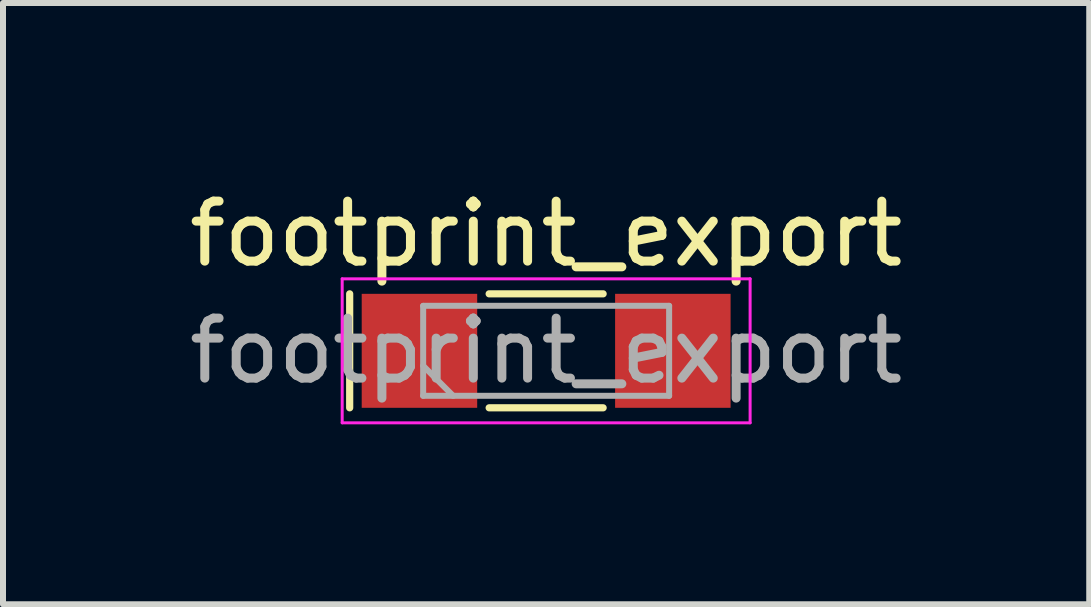
<source format=kicad_pcb>
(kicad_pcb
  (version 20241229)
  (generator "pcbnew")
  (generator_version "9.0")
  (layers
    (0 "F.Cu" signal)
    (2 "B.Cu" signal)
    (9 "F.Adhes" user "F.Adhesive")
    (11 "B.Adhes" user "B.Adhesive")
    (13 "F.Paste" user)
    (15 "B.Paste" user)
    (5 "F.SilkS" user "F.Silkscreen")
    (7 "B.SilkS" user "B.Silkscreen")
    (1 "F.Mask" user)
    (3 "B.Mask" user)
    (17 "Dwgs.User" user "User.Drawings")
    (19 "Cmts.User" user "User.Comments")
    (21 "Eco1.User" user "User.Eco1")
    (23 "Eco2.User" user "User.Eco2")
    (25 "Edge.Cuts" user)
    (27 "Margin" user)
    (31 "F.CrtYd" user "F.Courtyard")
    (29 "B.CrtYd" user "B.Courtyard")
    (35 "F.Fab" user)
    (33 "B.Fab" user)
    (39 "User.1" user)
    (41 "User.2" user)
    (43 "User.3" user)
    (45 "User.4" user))
  (footprint "footprint_export"
    (layer "F.Cu")
    (at 6.054 2.798)
    (property "Reference" "footprint_export" (at 0 -1.95 0) (layer "F.SilkS") (effects (font (size 1 1) (thickness 0.15))))
    (attr smd)
    (fp_line (start -3.275 -0.95) (end -3.275 0.95) (stroke (width 0.12) (type solid)) (layer "F.SilkS"))
    (fp_line (start -0.95 -0.95) (end 0.95 -0.95) (stroke (width 0.12) (type solid)) (layer "F.SilkS"))
    (fp_line (start -0.95 0.95) (end 0.95 0.95) (stroke (width 0.12) (type solid)) (layer "F.SilkS"))
    (fp_line (start -3.4 -1.2) (end -3.4 1.2) (stroke (width 0.05) (type solid)) (layer "F.CrtYd"))
    (fp_line (start -3.4 1.2) (end 3.4 1.2) (stroke (width 0.05) (type solid)) (layer "F.CrtYd"))
    (fp_line (start 3.4 -1.2) (end -3.4 -1.2) (stroke (width 0.05) (type solid)) (layer "F.CrtYd"))
    (fp_line (start 3.4 1.2) (end 3.4 -1.2) (stroke (width 0.05) (type solid)) (layer "F.CrtYd"))
    (fp_line (start -2.05 -0.75) (end -2.05 0.75) (stroke (width 0.1) (type solid)) (layer "F.Fab"))
    (fp_line (start -2.05 0.25) (end -1.55 0.75) (stroke (width 0.1) (type solid)) (layer "F.Fab"))
    (fp_line (start -2.05 0.75) (end 2.05 0.75) (stroke (width 0.1) (type solid)) (layer "F.Fab"))
    (fp_line (start 2.05 -0.75) (end -2.05 -0.75) (stroke (width 0.1) (type solid)) (layer "F.Fab"))
    (fp_line (start 2.05 0.75) (end 2.05 -0.75) (stroke (width 0.1) (type solid)) (layer "F.Fab"))
    (fp_text user "${REFERENCE}" (at 0 0 0) (layer "F.Fab") (effects (font (size 1 1) (thickness 0.15))))
    (pad "1" smd rect (at -2.112 0) (size 1.925 1.9) (layers "F.Cu" "F.Mask" "F.Paste"))
    (pad "2" smd rect (at 2.112 0) (size 1.925 1.9) (layers "F.Cu" "F.Mask" "F.Paste")))
  (gr_rect
    (start -3 -3)
    (end 15.107 7.023)
    (stroke (width 0.1) (type default))
    (fill no)
    (layer "Edge.Cuts")))
</source>
